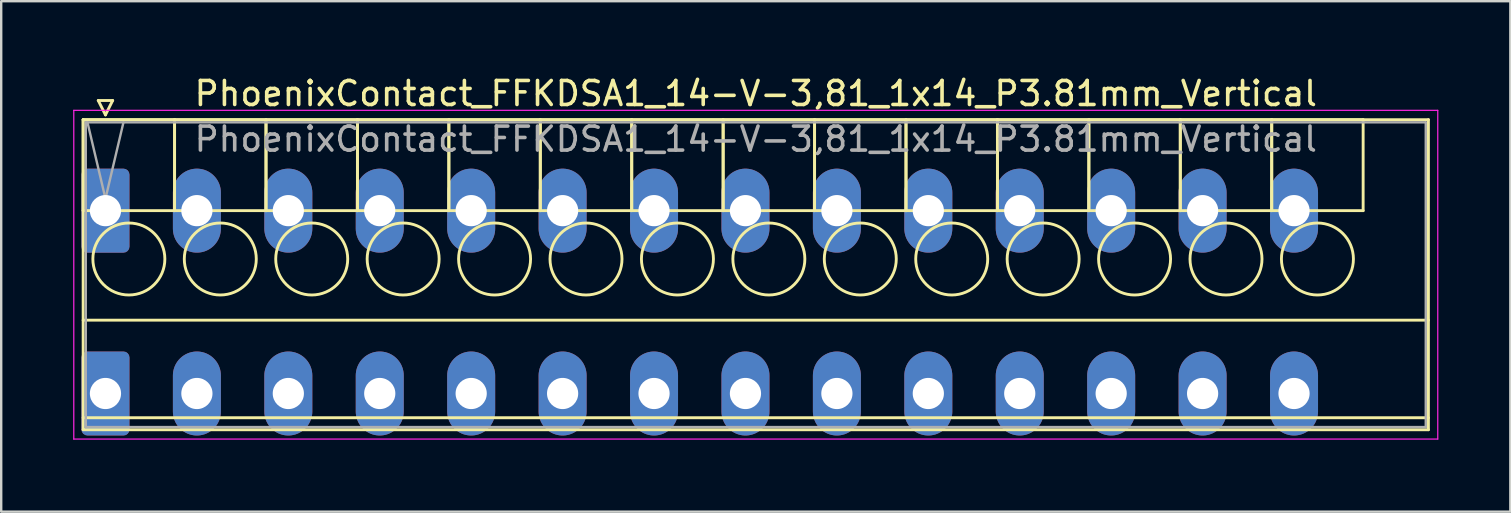
<source format=kicad_pcb>
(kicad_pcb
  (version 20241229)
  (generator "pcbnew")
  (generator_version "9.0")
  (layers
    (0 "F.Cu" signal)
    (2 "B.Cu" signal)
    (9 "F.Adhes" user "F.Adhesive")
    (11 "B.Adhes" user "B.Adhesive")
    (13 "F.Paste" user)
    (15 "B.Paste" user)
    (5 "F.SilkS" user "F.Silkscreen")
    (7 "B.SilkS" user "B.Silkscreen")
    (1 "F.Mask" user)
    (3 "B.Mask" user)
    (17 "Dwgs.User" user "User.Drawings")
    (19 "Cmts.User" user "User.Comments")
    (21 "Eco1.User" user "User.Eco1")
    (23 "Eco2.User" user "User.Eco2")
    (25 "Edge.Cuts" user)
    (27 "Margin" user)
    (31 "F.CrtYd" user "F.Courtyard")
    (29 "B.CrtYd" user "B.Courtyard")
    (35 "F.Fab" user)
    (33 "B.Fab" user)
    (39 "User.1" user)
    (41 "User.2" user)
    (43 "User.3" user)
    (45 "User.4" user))
  (footprint "PhoenixContact_FFKDSA1_14-V-3,81_1x14_P3.81mm_Vertical"
    (layer "F.Cu")
    (at 1.345 5.728)
    (property "Reference" "PhoenixContact_FFKDSA1_14-V-3,81_1x14_P3.81mm_Vertical" (at 27.1 -4.88 0) (layer "F.SilkS") (effects (font (size 1 1) (thickness 0.15))))
    (attr through_hole)
    (fp_line (start -0.93 -3.79) (end -0.93 0) (stroke (width 0.12) (type solid)) (layer "F.SilkS"))
    (fp_line (start -0.93 -3.79) (end -0.93 9.13) (stroke (width 0.12) (type solid)) (layer "F.SilkS"))
    (fp_line (start -0.93 0) (end 2.88 0) (stroke (width 0.12) (type solid)) (layer "F.SilkS"))
    (fp_line (start -0.93 4.565) (end 55.13 4.565) (stroke (width 0.12) (type solid)) (layer "F.SilkS"))
    (fp_line (start -0.93 8.63) (end 55.13 8.63) (stroke (width 0.12) (type solid)) (layer "F.SilkS"))
    (fp_line (start -0.93 9.13) (end 55.13 9.13) (stroke (width 0.12) (type solid)) (layer "F.SilkS"))
    (fp_line (start -0.3 -4.59) (end 0.3 -4.59) (stroke (width 0.12) (type solid)) (layer "F.SilkS"))
    (fp_line (start 0 -3.99) (end -0.3 -4.59) (stroke (width 0.12) (type solid)) (layer "F.SilkS"))
    (fp_line (start 0.3 -4.59) (end 0 -3.99) (stroke (width 0.12) (type solid)) (layer "F.SilkS"))
    (fp_line (start 2.88 -3.79) (end -0.93 -3.79) (stroke (width 0.12) (type solid)) (layer "F.SilkS"))
    (fp_line (start 2.88 -3.79) (end 2.88 0) (stroke (width 0.12) (type solid)) (layer "F.SilkS"))
    (fp_line (start 2.88 0) (end 2.88 -3.79) (stroke (width 0.12) (type solid)) (layer "F.SilkS"))
    (fp_line (start 2.88 0) (end 6.69 0) (stroke (width 0.12) (type solid)) (layer "F.SilkS"))
    (fp_line (start 6.69 -3.79) (end 2.88 -3.79) (stroke (width 0.12) (type solid)) (layer "F.SilkS"))
    (fp_line (start 6.69 -3.79) (end 6.69 0) (stroke (width 0.12) (type solid)) (layer "F.SilkS"))
    (fp_line (start 6.69 0) (end 6.69 -3.79) (stroke (width 0.12) (type solid)) (layer "F.SilkS"))
    (fp_line (start 6.69 0) (end 10.5 0) (stroke (width 0.12) (type solid)) (layer "F.SilkS"))
    (fp_line (start 10.5 -3.79) (end 6.69 -3.79) (stroke (width 0.12) (type solid)) (layer "F.SilkS"))
    (fp_line (start 10.5 -3.79) (end 10.5 0) (stroke (width 0.12) (type solid)) (layer "F.SilkS"))
    (fp_line (start 10.5 0) (end 10.5 -3.79) (stroke (width 0.12) (type solid)) (layer "F.SilkS"))
    (fp_line (start 10.5 0) (end 14.31 0) (stroke (width 0.12) (type solid)) (layer "F.SilkS"))
    (fp_line (start 14.31 -3.79) (end 10.5 -3.79) (stroke (width 0.12) (type solid)) (layer "F.SilkS"))
    (fp_line (start 14.31 -3.79) (end 14.31 0) (stroke (width 0.12) (type solid)) (layer "F.SilkS"))
    (fp_line (start 14.31 0) (end 14.31 -3.79) (stroke (width 0.12) (type solid)) (layer "F.SilkS"))
    (fp_line (start 14.31 0) (end 18.12 0) (stroke (width 0.12) (type solid)) (layer "F.SilkS"))
    (fp_line (start 18.12 -3.79) (end 14.31 -3.79) (stroke (width 0.12) (type solid)) (layer "F.SilkS"))
    (fp_line (start 18.12 -3.79) (end 18.12 0) (stroke (width 0.12) (type solid)) (layer "F.SilkS"))
    (fp_line (start 18.12 0) (end 18.12 -3.79) (stroke (width 0.12) (type solid)) (layer "F.SilkS"))
    (fp_line (start 18.12 0) (end 21.93 0) (stroke (width 0.12) (type solid)) (layer "F.SilkS"))
    (fp_line (start 21.93 -3.79) (end 18.12 -3.79) (stroke (width 0.12) (type solid)) (layer "F.SilkS"))
    (fp_line (start 21.93 -3.79) (end 21.93 0) (stroke (width 0.12) (type solid)) (layer "F.SilkS"))
    (fp_line (start 21.93 0) (end 21.93 -3.79) (stroke (width 0.12) (type solid)) (layer "F.SilkS"))
    (fp_line (start 21.93 0) (end 25.74 0) (stroke (width 0.12) (type solid)) (layer "F.SilkS"))
    (fp_line (start 25.74 -3.79) (end 21.93 -3.79) (stroke (width 0.12) (type solid)) (layer "F.SilkS"))
    (fp_line (start 25.74 -3.79) (end 25.74 0) (stroke (width 0.12) (type solid)) (layer "F.SilkS"))
    (fp_line (start 25.74 0) (end 25.74 -3.79) (stroke (width 0.12) (type solid)) (layer "F.SilkS"))
    (fp_line (start 25.74 0) (end 29.55 0) (stroke (width 0.12) (type solid)) (layer "F.SilkS"))
    (fp_line (start 29.55 -3.79) (end 25.74 -3.79) (stroke (width 0.12) (type solid)) (layer "F.SilkS"))
    (fp_line (start 29.55 -3.79) (end 29.55 0) (stroke (width 0.12) (type solid)) (layer "F.SilkS"))
    (fp_line (start 29.55 0) (end 29.55 -3.79) (stroke (width 0.12) (type solid)) (layer "F.SilkS"))
    (fp_line (start 29.55 0) (end 33.36 0) (stroke (width 0.12) (type solid)) (layer "F.SilkS"))
    (fp_line (start 33.36 -3.79) (end 29.55 -3.79) (stroke (width 0.12) (type solid)) (layer "F.SilkS"))
    (fp_line (start 33.36 -3.79) (end 33.36 0) (stroke (width 0.12) (type solid)) (layer "F.SilkS"))
    (fp_line (start 33.36 0) (end 33.36 -3.79) (stroke (width 0.12) (type solid)) (layer "F.SilkS"))
    (fp_line (start 33.36 0) (end 37.17 0) (stroke (width 0.12) (type solid)) (layer "F.SilkS"))
    (fp_line (start 37.17 -3.79) (end 33.36 -3.79) (stroke (width 0.12) (type solid)) (layer "F.SilkS"))
    (fp_line (start 37.17 -3.79) (end 37.17 0) (stroke (width 0.12) (type solid)) (layer "F.SilkS"))
    (fp_line (start 37.17 0) (end 37.17 -3.79) (stroke (width 0.12) (type solid)) (layer "F.SilkS"))
    (fp_line (start 37.17 0) (end 40.98 0) (stroke (width 0.12) (type solid)) (layer "F.SilkS"))
    (fp_line (start 40.98 -3.79) (end 37.17 -3.79) (stroke (width 0.12) (type solid)) (layer "F.SilkS"))
    (fp_line (start 40.98 -3.79) (end 40.98 0) (stroke (width 0.12) (type solid)) (layer "F.SilkS"))
    (fp_line (start 40.98 0) (end 40.98 -3.79) (stroke (width 0.12) (type solid)) (layer "F.SilkS"))
    (fp_line (start 40.98 0) (end 44.79 0) (stroke (width 0.12) (type solid)) (layer "F.SilkS"))
    (fp_line (start 44.79 -3.79) (end 40.98 -3.79) (stroke (width 0.12) (type solid)) (layer "F.SilkS"))
    (fp_line (start 44.79 -3.79) (end 44.79 0) (stroke (width 0.12) (type solid)) (layer "F.SilkS"))
    (fp_line (start 44.79 0) (end 44.79 -3.79) (stroke (width 0.12) (type solid)) (layer "F.SilkS"))
    (fp_line (start 44.79 0) (end 48.6 0) (stroke (width 0.12) (type solid)) (layer "F.SilkS"))
    (fp_line (start 48.6 -3.79) (end 44.79 -3.79) (stroke (width 0.12) (type solid)) (layer "F.SilkS"))
    (fp_line (start 48.6 -3.79) (end 48.6 0) (stroke (width 0.12) (type solid)) (layer "F.SilkS"))
    (fp_line (start 48.6 0) (end 48.6 -3.79) (stroke (width 0.12) (type solid)) (layer "F.SilkS"))
    (fp_line (start 48.6 0) (end 52.41 0) (stroke (width 0.12) (type solid)) (layer "F.SilkS"))
    (fp_line (start 52.41 -3.79) (end 48.6 -3.79) (stroke (width 0.12) (type solid)) (layer "F.SilkS"))
    (fp_line (start 52.41 0) (end 52.41 -3.79) (stroke (width 0.12) (type solid)) (layer "F.SilkS"))
    (fp_line (start 55.13 -3.79) (end -0.93 -3.79) (stroke (width 0.12) (type solid)) (layer "F.SilkS"))
    (fp_line (start 55.13 9.13) (end 55.13 -3.79) (stroke (width 0.12) (type solid)) (layer "F.SilkS"))
    (fp_circle (center 0.975 2.015) (end 2.475 2.015) (stroke (width 0.12) (type solid)) (fill no) (layer "F.SilkS"))
    (fp_circle (center 4.785 2.015) (end 6.285 2.015) (stroke (width 0.12) (type solid)) (fill no) (layer "F.SilkS"))
    (fp_circle (center 8.595 2.015) (end 10.095 2.015) (stroke (width 0.12) (type solid)) (fill no) (layer "F.SilkS"))
    (fp_circle (center 12.405 2.015) (end 13.905 2.015) (stroke (width 0.12) (type solid)) (fill no) (layer "F.SilkS"))
    (fp_circle (center 16.215 2.015) (end 17.715 2.015) (stroke (width 0.12) (type solid)) (fill no) (layer "F.SilkS"))
    (fp_circle (center 20.025 2.015) (end 21.525 2.015) (stroke (width 0.12) (type solid)) (fill no) (layer "F.SilkS"))
    (fp_circle (center 23.835 2.015) (end 25.335 2.015) (stroke (width 0.12) (type solid)) (fill no) (layer "F.SilkS"))
    (fp_circle (center 27.645 2.015) (end 29.145 2.015) (stroke (width 0.12) (type solid)) (fill no) (layer "F.SilkS"))
    (fp_circle (center 31.455 2.015) (end 32.955 2.015) (stroke (width 0.12) (type solid)) (fill no) (layer "F.SilkS"))
    (fp_circle (center 35.265 2.015) (end 36.765 2.015) (stroke (width 0.12) (type solid)) (fill no) (layer "F.SilkS"))
    (fp_circle (center 39.075 2.015) (end 40.575 2.015) (stroke (width 0.12) (type solid)) (fill no) (layer "F.SilkS"))
    (fp_circle (center 42.885 2.015) (end 44.385 2.015) (stroke (width 0.12) (type solid)) (fill no) (layer "F.SilkS"))
    (fp_circle (center 46.695 2.015) (end 48.195 2.015) (stroke (width 0.12) (type solid)) (fill no) (layer "F.SilkS"))
    (fp_circle (center 50.505 2.015) (end 52.005 2.015) (stroke (width 0.12) (type solid)) (fill no) (layer "F.SilkS"))
    (fp_line (start -1.32 -4.18) (end -1.32 9.52) (stroke (width 0.05) (type solid)) (layer "F.CrtYd"))
    (fp_line (start -1.32 9.52) (end 55.52 9.52) (stroke (width 0.05) (type solid)) (layer "F.CrtYd"))
    (fp_line (start 55.52 -4.18) (end -1.32 -4.18) (stroke (width 0.05) (type solid)) (layer "F.CrtYd"))
    (fp_line (start 55.52 9.52) (end 55.52 -4.18) (stroke (width 0.05) (type solid)) (layer "F.CrtYd"))
    (fp_line (start -0.82 -3.68) (end -0.82 9.02) (stroke (width 0.1) (type solid)) (layer "F.Fab"))
    (fp_line (start -0.82 9.02) (end 55.02 9.02) (stroke (width 0.1) (type solid)) (layer "F.Fab"))
    (fp_line (start 0 -0.5) (end -0.75 -3.68) (stroke (width 0.1) (type solid)) (layer "F.Fab"))
    (fp_line (start 0.75 -3.68) (end 0 -0.5) (stroke (width 0.1) (type solid)) (layer "F.Fab"))
    (fp_line (start 55.02 -3.68) (end -0.82 -3.68) (stroke (width 0.1) (type solid)) (layer "F.Fab"))
    (fp_line (start 55.02 9.02) (end 55.02 -3.68) (stroke (width 0.1) (type solid)) (layer "F.Fab"))
    (fp_text user "${REFERENCE}" (at 27.1 -2.98 0) (layer "F.Fab") (effects (font (size 1 1) (thickness 0.15))))
    (pad "1" thru_hole roundrect (at 0 0) (size 2 3.5) (drill 1.3) (layers "*.Cu" "*.Mask") (roundrect_rratio 0.125))
    (pad "1" thru_hole roundrect (at 0 7.62) (size 2 3.5) (drill 1.3) (layers "*.Cu" "*.Mask") (roundrect_rratio 0.125))
    (pad "2" thru_hole oval (at 3.81 0) (size 2 3.5) (drill 1.3) (layers "*.Cu" "*.Mask"))
    (pad "2" thru_hole oval (at 3.81 7.62) (size 2 3.5) (drill 1.3) (layers "*.Cu" "*.Mask"))
    (pad "3" thru_hole oval (at 7.62 0) (size 2 3.5) (drill 1.3) (layers "*.Cu" "*.Mask"))
    (pad "3" thru_hole oval (at 7.62 7.62) (size 2 3.5) (drill 1.3) (layers "*.Cu" "*.Mask"))
    (pad "4" thru_hole oval (at 11.43 0) (size 2 3.5) (drill 1.3) (layers "*.Cu" "*.Mask"))
    (pad "4" thru_hole oval (at 11.43 7.62) (size 2 3.5) (drill 1.3) (layers "*.Cu" "*.Mask"))
    (pad "5" thru_hole oval (at 15.24 0) (size 2 3.5) (drill 1.3) (layers "*.Cu" "*.Mask"))
    (pad "5" thru_hole oval (at 15.24 7.62) (size 2 3.5) (drill 1.3) (layers "*.Cu" "*.Mask"))
    (pad "6" thru_hole oval (at 19.05 0) (size 2 3.5) (drill 1.3) (layers "*.Cu" "*.Mask"))
    (pad "6" thru_hole oval (at 19.05 7.62) (size 2 3.5) (drill 1.3) (layers "*.Cu" "*.Mask"))
    (pad "7" thru_hole oval (at 22.86 0) (size 2 3.5) (drill 1.3) (layers "*.Cu" "*.Mask"))
    (pad "7" thru_hole oval (at 22.86 7.62) (size 2 3.5) (drill 1.3) (layers "*.Cu" "*.Mask"))
    (pad "8" thru_hole oval (at 26.67 0) (size 2 3.5) (drill 1.3) (layers "*.Cu" "*.Mask"))
    (pad "8" thru_hole oval (at 26.67 7.62) (size 2 3.5) (drill 1.3) (layers "*.Cu" "*.Mask"))
    (pad "9" thru_hole oval (at 30.48 0) (size 2 3.5) (drill 1.3) (layers "*.Cu" "*.Mask"))
    (pad "9" thru_hole oval (at 30.48 7.62) (size 2 3.5) (drill 1.3) (layers "*.Cu" "*.Mask"))
    (pad "10" thru_hole oval (at 34.29 0) (size 2 3.5) (drill 1.3) (layers "*.Cu" "*.Mask"))
    (pad "10" thru_hole oval (at 34.29 7.62) (size 2 3.5) (drill 1.3) (layers "*.Cu" "*.Mask"))
    (pad "11" thru_hole oval (at 38.1 0) (size 2 3.5) (drill 1.3) (layers "*.Cu" "*.Mask"))
    (pad "11" thru_hole oval (at 38.1 7.62) (size 2 3.5) (drill 1.3) (layers "*.Cu" "*.Mask"))
    (pad "12" thru_hole oval (at 41.91 0) (size 2 3.5) (drill 1.3) (layers "*.Cu" "*.Mask"))
    (pad "12" thru_hole oval (at 41.91 7.62) (size 2 3.5) (drill 1.3) (layers "*.Cu" "*.Mask"))
    (pad "13" thru_hole oval (at 45.72 0) (size 2 3.5) (drill 1.3) (layers "*.Cu" "*.Mask"))
    (pad "13" thru_hole oval (at 45.72 7.62) (size 2 3.5) (drill 1.3) (layers "*.Cu" "*.Mask"))
    (pad "14" thru_hole oval (at 49.53 0) (size 2 3.5) (drill 1.3) (layers "*.Cu" "*.Mask"))
    (pad "14" thru_hole oval (at 49.53 7.62) (size 2 3.5) (drill 1.3) (layers "*.Cu" "*.Mask")))
  (gr_rect
    (start -3 -3)
    (end 59.89 18.273)
    (stroke (width 0.1) (type default))
    (fill no)
    (layer "Edge.Cuts")))
</source>
